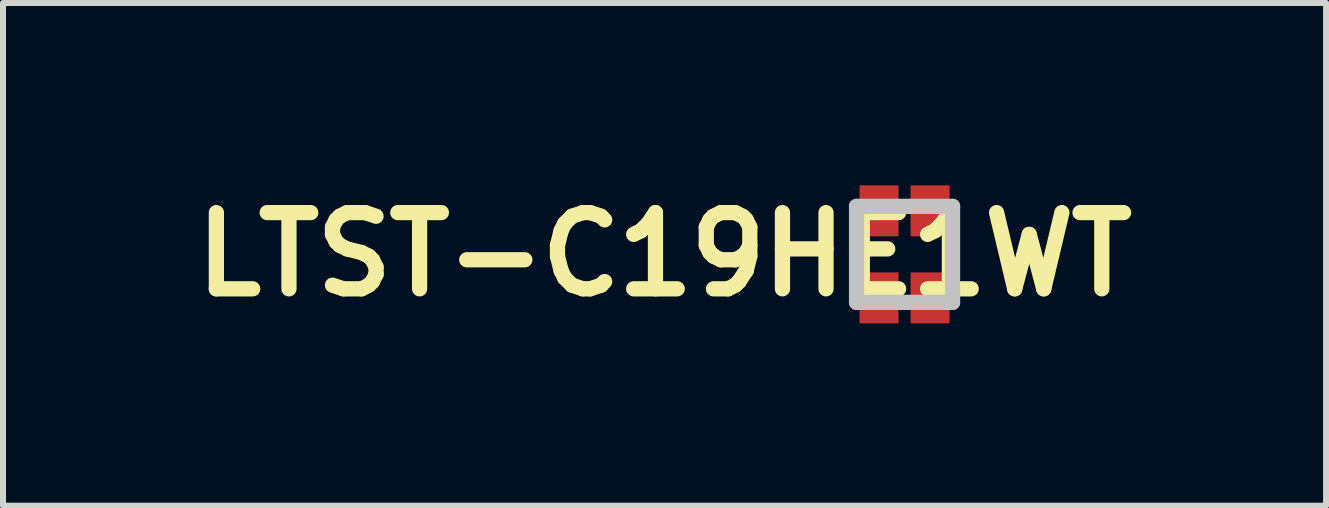
<source format=kicad_pcb>
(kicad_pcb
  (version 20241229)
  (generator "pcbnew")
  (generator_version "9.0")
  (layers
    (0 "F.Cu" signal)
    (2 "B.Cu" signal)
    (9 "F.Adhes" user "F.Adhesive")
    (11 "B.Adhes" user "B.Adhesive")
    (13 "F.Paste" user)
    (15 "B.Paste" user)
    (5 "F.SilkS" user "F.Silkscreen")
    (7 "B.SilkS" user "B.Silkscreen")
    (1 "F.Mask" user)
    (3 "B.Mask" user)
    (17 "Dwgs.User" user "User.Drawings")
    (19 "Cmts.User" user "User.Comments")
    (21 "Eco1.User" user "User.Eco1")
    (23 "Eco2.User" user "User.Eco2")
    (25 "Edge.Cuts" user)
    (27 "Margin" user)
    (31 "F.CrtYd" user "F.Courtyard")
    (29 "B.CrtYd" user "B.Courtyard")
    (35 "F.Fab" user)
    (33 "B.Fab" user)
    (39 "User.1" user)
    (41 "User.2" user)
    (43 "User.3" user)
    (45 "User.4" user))
  (footprint "LTST-C19HE1WT"
    (layer "F.Cu")
    (at 12.025 1.189)
    (property "Reference" "LTST-C19HE1WT" (at -4 0 0) (unlocked yes) (layer "F.SilkS") (effects (font (size 1.27 1.27) (thickness 0.254))))
    (attr smd)
    (fp_line (start -0.8 -0.8) (end 0.8 -0.8) (stroke (width 0.254) (type solid)) (layer "Dwgs.User"))
    (fp_line (start -0.8 0.8) (end -0.8 -0.8) (stroke (width 0.254) (type solid)) (layer "Dwgs.User"))
    (fp_line (start 0.8 -0.8) (end 0.8 0.8) (stroke (width 0.254) (type solid)) (layer "Dwgs.User"))
    (fp_line (start 0.8 0.8) (end -0.8 0.8) (stroke (width 0.254) (type solid)) (layer "Dwgs.User"))
    (pad "1" smd rect (at -0.425 -0.725) (size 0.65 0.85) (layers "F.Cu" "F.Mask" "F.Paste"))
    (pad "2" smd rect (at 0.425 -0.725) (size 0.65 0.85) (layers "F.Cu" "F.Mask" "F.Paste"))
    (pad "3" smd rect (at 0.425 0.725) (size 0.65 0.85) (layers "F.Cu" "F.Mask" "F.Paste"))
    (pad "4" smd rect (at -0.425 0.725) (size 0.65 0.85) (layers "F.Cu" "F.Mask" "F.Paste")))
  (gr_rect
    (start -3 -3)
    (end 19.05 5.377)
    (stroke (width 0.1) (type default))
    (fill no)
    (layer "Edge.Cuts")))
</source>
